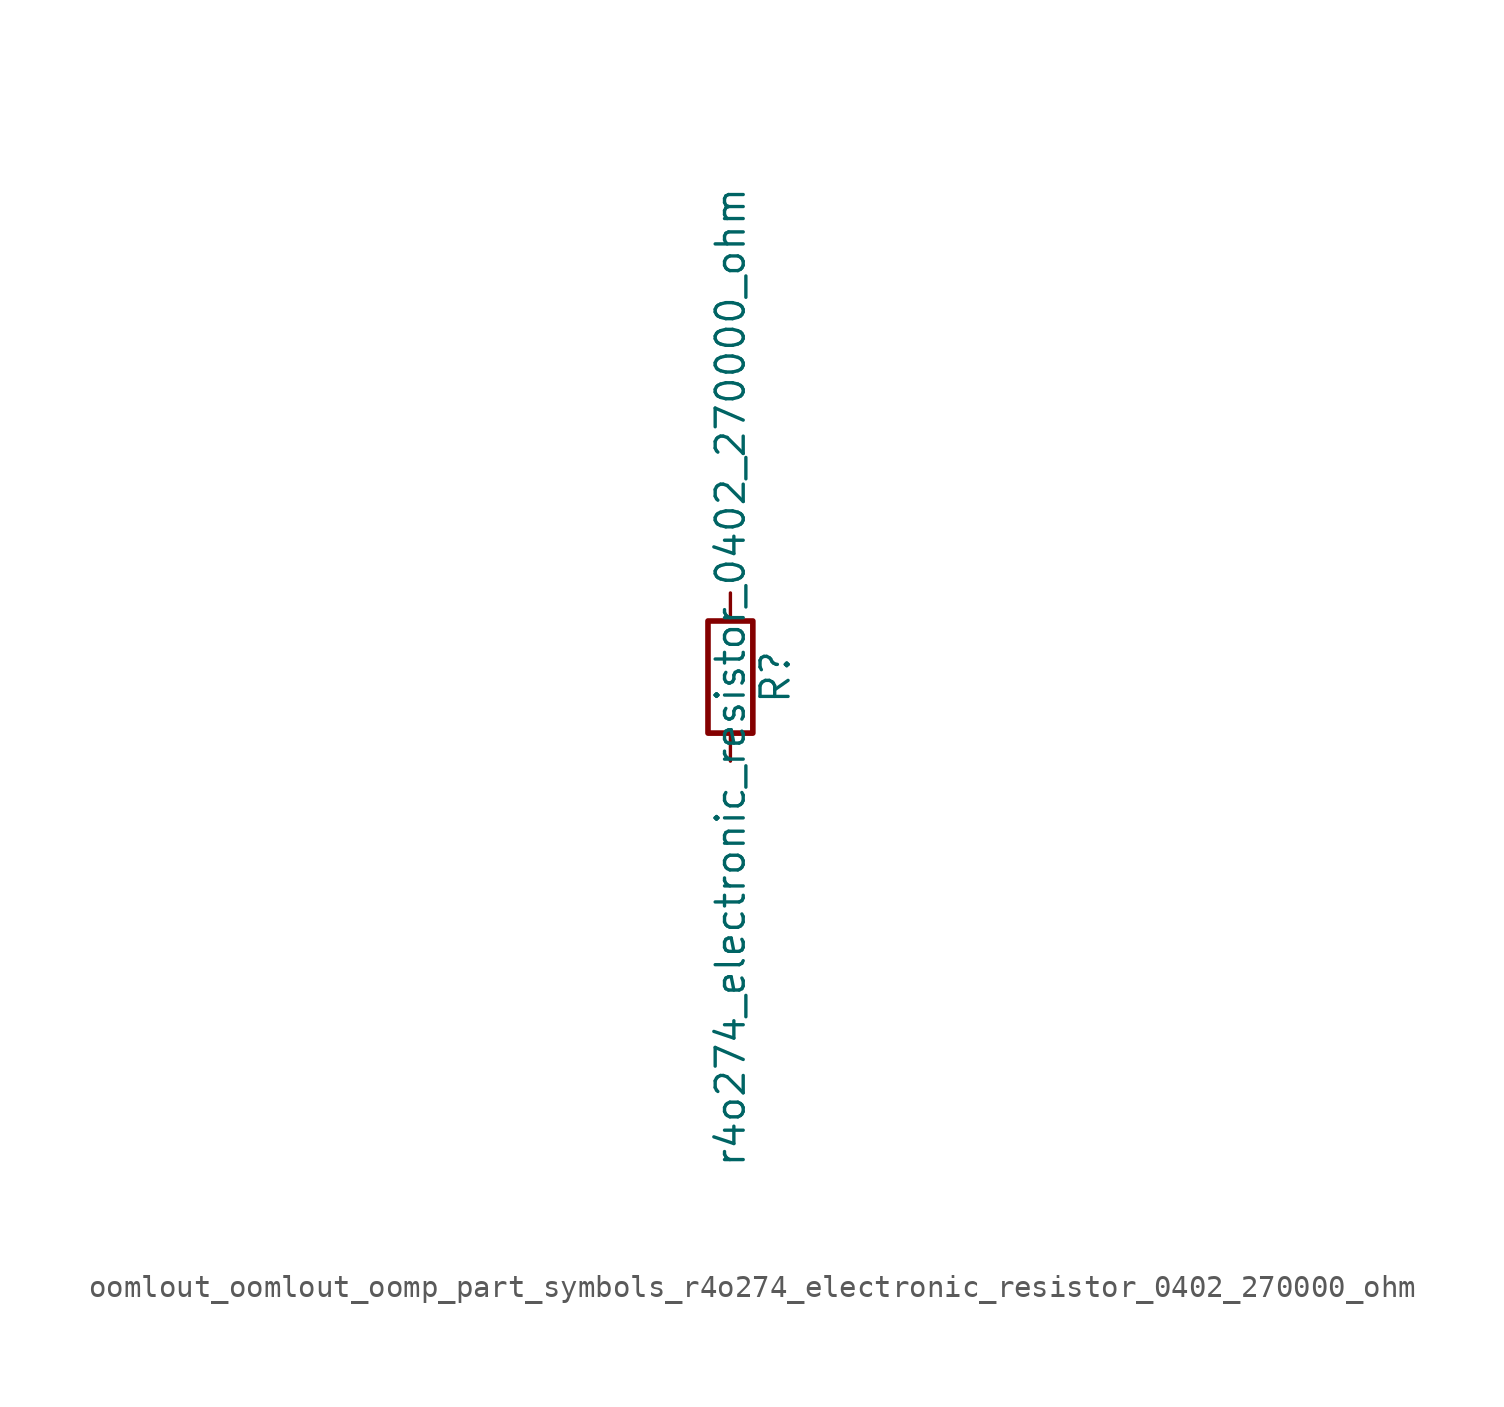
<source format=kicad_sym>
(kicad_symbol_lib
  (version 20220914)
  (generator kicad_symbol_editor)
  (symbol "oomlout_oomlout_oomp_part_symbols_r4o274_electronic_resistor_0402_270000_ohm"
    (pin_numbers hide)
    (pin_names
      (offset 0))
    (property "Reference" "R"
      (at 2.032 0 90)
      (effects (font (size 1.27 1.27))))
    (property "Value" "r4o274_electronic_resistor_0402_270000_ohm"
      (at 0 0 90)
      (effects (font (size 1.27 1.27))))
    (symbol "oomlout_oomlout_oomp_part_symbols_r4o274_electronic_resistor_0402_270000_ohm_0_1"
      (rectangle (start -1.016 -2.54) (end 1.016 2.54) (stroke (width 0.254) (type default)) (fill (type none))))
    (symbol "oomlout_oomlout_oomp_part_symbols_r4o274_electronic_resistor_0402_270000_ohm_1_1"
      (pin passive line (at 0 3.81 270) (length 1.27) (name "~" (effects (font (size 1.27 1.27)))) (number "1" (effects (font (size 1.27 1.27)))))
      (pin passive line (at 0 -3.81 90) (length 1.27) (name "~" (effects (font (size 1.27 1.27)))) (number "2" (effects (font (size 1.27 1.27))))))))
</source>
